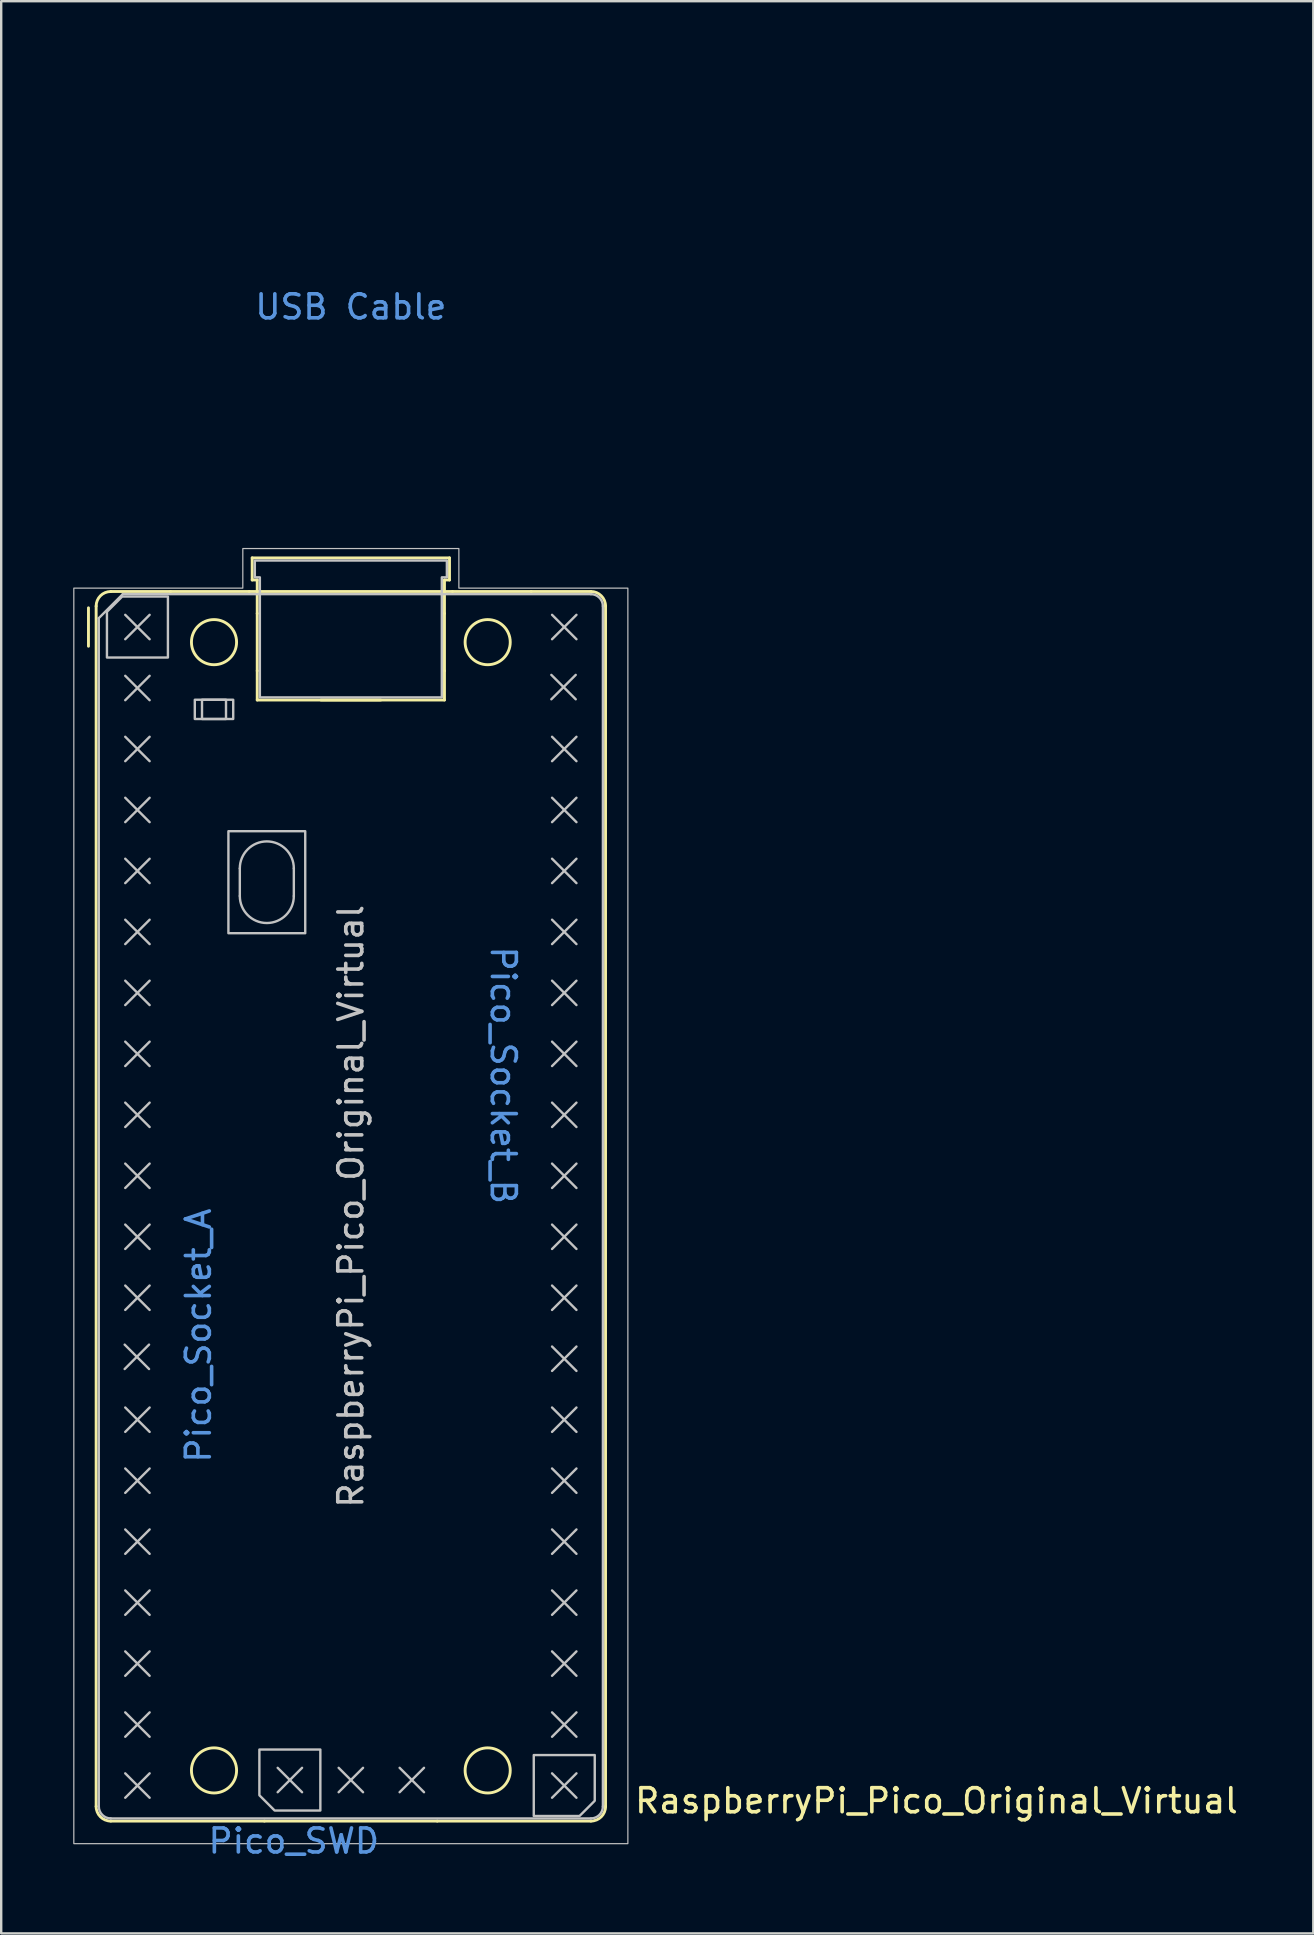
<source format=kicad_pcb>
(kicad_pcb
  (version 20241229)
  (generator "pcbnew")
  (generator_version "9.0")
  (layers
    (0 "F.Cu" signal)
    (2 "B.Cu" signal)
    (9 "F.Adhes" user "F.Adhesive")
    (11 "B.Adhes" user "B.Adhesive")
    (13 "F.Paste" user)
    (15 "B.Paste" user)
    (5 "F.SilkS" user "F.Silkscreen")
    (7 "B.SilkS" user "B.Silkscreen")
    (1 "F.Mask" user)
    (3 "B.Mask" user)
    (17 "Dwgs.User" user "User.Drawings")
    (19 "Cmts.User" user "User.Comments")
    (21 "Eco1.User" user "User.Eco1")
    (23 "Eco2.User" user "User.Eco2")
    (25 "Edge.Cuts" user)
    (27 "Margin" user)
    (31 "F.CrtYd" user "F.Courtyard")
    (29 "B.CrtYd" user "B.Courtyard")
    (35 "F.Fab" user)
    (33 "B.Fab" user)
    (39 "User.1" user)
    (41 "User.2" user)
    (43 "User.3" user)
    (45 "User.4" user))
  (footprint "RaspberryPi_Pico_Original_Virtual"
    (layer "F.Cu")
    (at 11.565 47.2)
    (property "Reference" "RaspberryPi_Pico_Original_Virtual" (at 11.748 24.765 0) (unlocked yes) (layer "F.SilkS") (effects (font (size 1 1) (thickness 0.15)) (justify left)))
    (attr exclude_from_pos_files allow_missing_courtyard)
    (fp_line (start -10.93 -23.33) (end -10.93 -24.93) (stroke (width 0.12) (type solid)) (layer "F.SilkS"))
    (fp_line (start -10.61 -25) (end -10.61 25) (stroke (width 0.12) (type solid)) (layer "F.SilkS"))
    (fp_line (start -10 -25.61) (end -7.51 -25.61) (stroke (width 0.12) (type solid)) (layer "F.SilkS"))
    (fp_line (start -10 25.61) (end -3.6 25.61) (stroke (width 0.12) (type solid)) (layer "F.SilkS"))
    (fp_line (start -7.51 -25.61) (end -4.235 -25.61) (stroke (width 0.12) (type solid)) (layer "F.SilkS"))
    (fp_line (start -4.235 -25.61) (end 4.235 -25.61) (stroke (width 0.12) (type solid)) (layer "F.SilkS"))
    (fp_line (start -4.11 -27.01) (end -4.11 -26.09) (stroke (width 0.12) (type solid)) (layer "F.SilkS"))
    (fp_line (start -4.11 -27.01) (end 4.11 -27.01) (stroke (width 0.12) (type solid)) (layer "F.SilkS"))
    (fp_line (start -4.11 -26.09) (end -3.9 -26.09) (stroke (width 0.12) (type solid)) (layer "F.SilkS"))
    (fp_line (start -3.9 -26.09) (end -3.9 -24.694) (stroke (width 0.12) (type solid)) (layer "F.SilkS"))
    (fp_line (start -3.9 -24.694) (end -3.9 -22.306) (stroke (width 0.12) (type default)) (layer "F.SilkS"))
    (fp_line (start -3.9 -22.306) (end -3.9 -21.09) (stroke (width 0.12) (type solid)) (layer "F.SilkS"))
    (fp_line (start -1.246 -21.09) (end 1.246 -21.09) (stroke (width 0.12) (type solid)) (layer "F.SilkS"))
    (fp_line (start 3.6 25.61) (end -3.6 25.61) (stroke (width 0.12) (type solid)) (layer "F.SilkS"))
    (fp_line (start 3.6 25.61) (end 10 25.61) (stroke (width 0.12) (type solid)) (layer "F.SilkS"))
    (fp_line (start 3.9 -26.09) (end 3.9 -24.694) (stroke (width 0.12) (type solid)) (layer "F.SilkS"))
    (fp_line (start 3.9 -24.694) (end 3.9 -22.306) (stroke (width 0.12) (type default)) (layer "F.SilkS"))
    (fp_line (start 3.9 -22.306) (end 3.9 -21.09) (stroke (width 0.12) (type solid)) (layer "F.SilkS"))
    (fp_line (start 3.9 -21.09) (end -3.9 -21.09) (stroke (width 0.12) (type solid)) (layer "F.SilkS"))
    (fp_line (start 4.11 -27.01) (end 4.11 -26.09) (stroke (width 0.12) (type solid)) (layer "F.SilkS"))
    (fp_line (start 4.11 -26.09) (end 3.9 -26.09) (stroke (width 0.12) (type solid)) (layer "F.SilkS"))
    (fp_line (start 4.235 -25.61) (end 7.51 -25.61) (stroke (width 0.12) (type solid)) (layer "F.SilkS"))
    (fp_line (start 7.51 -25.61) (end 10 -25.61) (stroke (width 0.12) (type solid)) (layer "F.SilkS"))
    (fp_line (start 10.61 -25) (end 10.61 25) (stroke (width 0.12) (type solid)) (layer "F.SilkS"))
    (fp_arc (start -10.61 -25) (mid -10.431335 -25.431335) (end -10 -25.61) (stroke (width 0.12) (type solid)) (layer "F.SilkS"))
    (fp_arc (start -10 25.61) (mid -10.431364 25.431364) (end -10.61 25) (stroke (width 0.12) (type solid)) (layer "F.SilkS"))
    (fp_arc (start 10 -25.61) (mid 10.431335 -25.431335) (end 10.61 -25) (stroke (width 0.12) (type solid)) (layer "F.SilkS"))
    (fp_arc (start 10.61 25) (mid 10.431335 25.431335) (end 10 25.61) (stroke (width 0.12) (type solid)) (layer "F.SilkS"))
    (fp_circle (center -5.7 -23.5) (end -4.76 -23.5) (stroke (width 0.12) (type solid)) (fill no) (layer "F.SilkS"))
    (fp_circle (center -5.7 23.5) (end -4.76 23.5) (stroke (width 0.12) (type solid)) (fill no) (layer "F.SilkS"))
    (fp_circle (center 5.7 -23.5) (end 6.64 -23.5) (stroke (width 0.12) (type solid)) (fill no) (layer "F.SilkS"))
    (fp_circle (center 5.7 23.5) (end 6.64 23.5) (stroke (width 0.12) (type solid)) (fill no) (layer "F.SilkS"))
    (fp_line (start -10.5 -24.5) (end -9.5 -25.5) (stroke (width 0.1) (type solid)) (layer "Dwgs.User"))
    (fp_line (start -10.5 25) (end -10.5 -24.5) (stroke (width 0.1) (type solid)) (layer "Dwgs.User"))
    (fp_line (start -9.5 -25.5) (end 10 -25.5) (stroke (width 0.1) (type solid)) (layer "Dwgs.User"))
    (fp_line (start -9.422 5.763) (end -8.406 6.779) (stroke (width 0.1) (type solid)) (layer "Dwgs.User"))
    (fp_line (start -9.398 -24.638) (end -8.382 -23.622) (stroke (width 0.1) (type solid)) (layer "Dwgs.User"))
    (fp_line (start -9.398 -22.098) (end -8.382 -21.082) (stroke (width 0.1) (type solid)) (layer "Dwgs.User"))
    (fp_line (start -9.398 -19.558) (end -8.382 -18.542) (stroke (width 0.1) (type solid)) (layer "Dwgs.User"))
    (fp_line (start -9.398 -17.018) (end -8.382 -16.002) (stroke (width 0.1) (type solid)) (layer "Dwgs.User"))
    (fp_line (start -9.398 -14.478) (end -8.382 -13.462) (stroke (width 0.1) (type solid)) (layer "Dwgs.User"))
    (fp_line (start -9.398 -11.938) (end -8.382 -10.922) (stroke (width 0.1) (type solid)) (layer "Dwgs.User"))
    (fp_line (start -9.398 -9.398) (end -8.382 -8.382) (stroke (width 0.1) (type solid)) (layer "Dwgs.User"))
    (fp_line (start -9.398 -6.858) (end -8.382 -5.842) (stroke (width 0.1) (type solid)) (layer "Dwgs.User"))
    (fp_line (start -9.398 -4.318) (end -8.382 -3.302) (stroke (width 0.1) (type solid)) (layer "Dwgs.User"))
    (fp_line (start -9.398 -1.778) (end -8.382 -0.762) (stroke (width 0.1) (type solid)) (layer "Dwgs.User"))
    (fp_line (start -9.398 0.762) (end -8.382 1.778) (stroke (width 0.1) (type solid)) (layer "Dwgs.User"))
    (fp_line (start -9.398 3.302) (end -8.382 4.318) (stroke (width 0.1) (type solid)) (layer "Dwgs.User"))
    (fp_line (start -9.398 8.382) (end -8.382 9.398) (stroke (width 0.1) (type solid)) (layer "Dwgs.User"))
    (fp_line (start -9.398 10.922) (end -8.382 11.938) (stroke (width 0.1) (type solid)) (layer "Dwgs.User"))
    (fp_line (start -9.398 13.462) (end -8.382 14.478) (stroke (width 0.1) (type solid)) (layer "Dwgs.User"))
    (fp_line (start -9.398 16.002) (end -8.382 17.018) (stroke (width 0.1) (type solid)) (layer "Dwgs.User"))
    (fp_line (start -9.398 18.542) (end -8.382 19.558) (stroke (width 0.1) (type solid)) (layer "Dwgs.User"))
    (fp_line (start -9.398 21.082) (end -8.382 22.098) (stroke (width 0.1) (type solid)) (layer "Dwgs.User"))
    (fp_line (start -9.398 23.622) (end -8.382 24.638) (stroke (width 0.1) (type solid)) (layer "Dwgs.User"))
    (fp_line (start -8.406 5.763) (end -9.422 6.779) (stroke (width 0.1) (type solid)) (layer "Dwgs.User"))
    (fp_line (start -8.382 -24.638) (end -9.398 -23.622) (stroke (width 0.1) (type solid)) (layer "Dwgs.User"))
    (fp_line (start -8.382 -22.098) (end -9.398 -21.082) (stroke (width 0.1) (type solid)) (layer "Dwgs.User"))
    (fp_line (start -8.382 -19.558) (end -9.398 -18.542) (stroke (width 0.1) (type solid)) (layer "Dwgs.User"))
    (fp_line (start -8.382 -17.018) (end -9.398 -16.002) (stroke (width 0.1) (type solid)) (layer "Dwgs.User"))
    (fp_line (start -8.382 -14.478) (end -9.398 -13.462) (stroke (width 0.1) (type solid)) (layer "Dwgs.User"))
    (fp_line (start -8.382 -11.938) (end -9.398 -10.922) (stroke (width 0.1) (type solid)) (layer "Dwgs.User"))
    (fp_line (start -8.382 -9.398) (end -9.398 -8.382) (stroke (width 0.1) (type solid)) (layer "Dwgs.User"))
    (fp_line (start -8.382 -6.858) (end -9.398 -5.842) (stroke (width 0.1) (type solid)) (layer "Dwgs.User"))
    (fp_line (start -8.382 -4.318) (end -9.398 -3.302) (stroke (width 0.1) (type solid)) (layer "Dwgs.User"))
    (fp_line (start -8.382 -1.778) (end -9.398 -0.762) (stroke (width 0.1) (type solid)) (layer "Dwgs.User"))
    (fp_line (start -8.382 0.762) (end -9.398 1.778) (stroke (width 0.1) (type solid)) (layer "Dwgs.User"))
    (fp_line (start -8.382 3.302) (end -9.398 4.318) (stroke (width 0.1) (type solid)) (layer "Dwgs.User"))
    (fp_line (start -8.382 8.382) (end -9.398 9.398) (stroke (width 0.1) (type solid)) (layer "Dwgs.User"))
    (fp_line (start -8.382 10.922) (end -9.398 11.938) (stroke (width 0.1) (type solid)) (layer "Dwgs.User"))
    (fp_line (start -8.382 13.462) (end -9.398 14.478) (stroke (width 0.1) (type solid)) (layer "Dwgs.User"))
    (fp_line (start -8.382 16.002) (end -9.398 17.018) (stroke (width 0.1) (type solid)) (layer "Dwgs.User"))
    (fp_line (start -8.382 18.542) (end -9.398 19.558) (stroke (width 0.1) (type solid)) (layer "Dwgs.User"))
    (fp_line (start -8.382 21.082) (end -9.398 22.098) (stroke (width 0.1) (type solid)) (layer "Dwgs.User"))
    (fp_line (start -8.382 23.622) (end -9.398 24.638) (stroke (width 0.1) (type solid)) (layer "Dwgs.User"))
    (fp_line (start -4.625 -14.075) (end -4.625 -12.925) (stroke (width 0.1) (type solid)) (layer "Dwgs.User"))
    (fp_line (start -3.048 23.392) (end -2.032 24.408) (stroke (width 0.1) (type solid)) (layer "Dwgs.User"))
    (fp_line (start -2.375 -14.075) (end -2.375 -12.925) (stroke (width 0.1) (type solid)) (layer "Dwgs.User"))
    (fp_line (start -2.032 23.392) (end -3.048 24.408) (stroke (width 0.1) (type solid)) (layer "Dwgs.User"))
    (fp_line (start -0.508 23.392) (end 0.508 24.408) (stroke (width 0.1) (type solid)) (layer "Dwgs.User"))
    (fp_line (start 0.508 23.392) (end -0.508 24.408) (stroke (width 0.1) (type solid)) (layer "Dwgs.User"))
    (fp_line (start 2.032 23.392) (end 3.048 24.408) (stroke (width 0.1) (type solid)) (layer "Dwgs.User"))
    (fp_line (start 3.048 23.392) (end 2.032 24.408) (stroke (width 0.1) (type solid)) (layer "Dwgs.User"))
    (fp_line (start 8.352 -22.136) (end 9.368 -21.12) (stroke (width 0.1) (type solid)) (layer "Dwgs.User"))
    (fp_line (start 8.382 -24.638) (end 9.398 -23.622) (stroke (width 0.1) (type solid)) (layer "Dwgs.User"))
    (fp_line (start 8.382 -19.558) (end 9.398 -18.542) (stroke (width 0.1) (type solid)) (layer "Dwgs.User"))
    (fp_line (start 8.382 -17.018) (end 9.398 -16.002) (stroke (width 0.1) (type solid)) (layer "Dwgs.User"))
    (fp_line (start 8.382 -14.478) (end 9.398 -13.462) (stroke (width 0.1) (type solid)) (layer "Dwgs.User"))
    (fp_line (start 8.382 -11.938) (end 9.398 -10.922) (stroke (width 0.1) (type solid)) (layer "Dwgs.User"))
    (fp_line (start 8.382 -9.398) (end 9.398 -8.382) (stroke (width 0.1) (type solid)) (layer "Dwgs.User"))
    (fp_line (start 8.382 -6.858) (end 9.398 -5.842) (stroke (width 0.1) (type solid)) (layer "Dwgs.User"))
    (fp_line (start 8.382 -4.318) (end 9.398 -3.302) (stroke (width 0.1) (type solid)) (layer "Dwgs.User"))
    (fp_line (start 8.382 -1.778) (end 9.398 -0.762) (stroke (width 0.1) (type solid)) (layer "Dwgs.User"))
    (fp_line (start 8.382 0.762) (end 9.398 1.778) (stroke (width 0.1) (type solid)) (layer "Dwgs.User"))
    (fp_line (start 8.382 3.302) (end 9.398 4.318) (stroke (width 0.1) (type solid)) (layer "Dwgs.User"))
    (fp_line (start 8.382 5.842) (end 9.398 6.858) (stroke (width 0.1) (type solid)) (layer "Dwgs.User"))
    (fp_line (start 8.382 8.382) (end 9.398 9.398) (stroke (width 0.1) (type solid)) (layer "Dwgs.User"))
    (fp_line (start 8.382 10.922) (end 9.398 11.938) (stroke (width 0.1) (type solid)) (layer "Dwgs.User"))
    (fp_line (start 8.382 13.462) (end 9.398 14.478) (stroke (width 0.1) (type solid)) (layer "Dwgs.User"))
    (fp_line (start 8.382 16.002) (end 9.398 17.018) (stroke (width 0.1) (type solid)) (layer "Dwgs.User"))
    (fp_line (start 8.382 18.542) (end 9.398 19.558) (stroke (width 0.1) (type solid)) (layer "Dwgs.User"))
    (fp_line (start 8.382 21.082) (end 9.398 22.098) (stroke (width 0.1) (type solid)) (layer "Dwgs.User"))
    (fp_line (start 8.382 23.622) (end 9.398 24.638) (stroke (width 0.1) (type solid)) (layer "Dwgs.User"))
    (fp_line (start 9.368 -22.136) (end 8.352 -21.12) (stroke (width 0.1) (type solid)) (layer "Dwgs.User"))
    (fp_line (start 9.398 -24.638) (end 8.382 -23.622) (stroke (width 0.1) (type solid)) (layer "Dwgs.User"))
    (fp_line (start 9.398 -19.558) (end 8.382 -18.542) (stroke (width 0.1) (type solid)) (layer "Dwgs.User"))
    (fp_line (start 9.398 -17.018) (end 8.382 -16.002) (stroke (width 0.1) (type solid)) (layer "Dwgs.User"))
    (fp_line (start 9.398 -14.478) (end 8.382 -13.462) (stroke (width 0.1) (type solid)) (layer "Dwgs.User"))
    (fp_line (start 9.398 -11.938) (end 8.382 -10.922) (stroke (width 0.1) (type solid)) (layer "Dwgs.User"))
    (fp_line (start 9.398 -9.398) (end 8.382 -8.382) (stroke (width 0.1) (type solid)) (layer "Dwgs.User"))
    (fp_line (start 9.398 -6.858) (end 8.382 -5.842) (stroke (width 0.1) (type solid)) (layer "Dwgs.User"))
    (fp_line (start 9.398 -4.318) (end 8.382 -3.302) (stroke (width 0.1) (type solid)) (layer "Dwgs.User"))
    (fp_line (start 9.398 -1.778) (end 8.382 -0.762) (stroke (width 0.1) (type solid)) (layer "Dwgs.User"))
    (fp_line (start 9.398 0.762) (end 8.382 1.778) (stroke (width 0.1) (type solid)) (layer "Dwgs.User"))
    (fp_line (start 9.398 3.302) (end 8.382 4.318) (stroke (width 0.1) (type solid)) (layer "Dwgs.User"))
    (fp_line (start 9.398 5.842) (end 8.382 6.858) (stroke (width 0.1) (type solid)) (layer "Dwgs.User"))
    (fp_line (start 9.398 8.382) (end 8.382 9.398) (stroke (width 0.1) (type solid)) (layer "Dwgs.User"))
    (fp_line (start 9.398 10.922) (end 8.382 11.938) (stroke (width 0.1) (type solid)) (layer "Dwgs.User"))
    (fp_line (start 9.398 13.462) (end 8.382 14.478) (stroke (width 0.1) (type solid)) (layer "Dwgs.User"))
    (fp_line (start 9.398 16.002) (end 8.382 17.018) (stroke (width 0.1) (type solid)) (layer "Dwgs.User"))
    (fp_line (start 9.398 18.542) (end 8.382 19.558) (stroke (width 0.1) (type solid)) (layer "Dwgs.User"))
    (fp_line (start 9.398 21.082) (end 8.382 22.098) (stroke (width 0.1) (type solid)) (layer "Dwgs.User"))
    (fp_line (start 9.398 23.622) (end 8.382 24.638) (stroke (width 0.1) (type solid)) (layer "Dwgs.User"))
    (fp_line (start 10 25.5) (end -10 25.5) (stroke (width 0.1) (type solid)) (layer "Dwgs.User"))
    (fp_line (start 10.5 -25) (end 10.5 25) (stroke (width 0.1) (type solid)) (layer "Dwgs.User"))
    (fp_rect (start -6.5 -21.1) (end -4.9 -20.3) (stroke (width 0.1) (type solid)) (fill no) (layer "Dwgs.User"))
    (fp_rect (start -6.2 -21.1) (end -5.2 -20.3) (stroke (width 0.1) (type solid)) (fill no) (layer "Dwgs.User"))
    (fp_rect (start -5.1 -15.625) (end -1.9 -11.375) (stroke (width 0.1) (type solid)) (fill no) (layer "Dwgs.User"))
    (fp_arc (start -10 25.5) (mid -10.353553 25.353553) (end -10.5 25) (stroke (width 0.1) (type solid)) (layer "Dwgs.User"))
    (fp_arc (start -4.625 -14.075) (mid -3.5 -15.2) (end -2.375 -14.075) (stroke (width 0.1) (type solid)) (layer "Dwgs.User"))
    (fp_arc (start -2.375 -12.925) (mid -3.5 -11.8) (end -4.625 -12.925) (stroke (width 0.1) (type solid)) (layer "Dwgs.User"))
    (fp_arc (start 10 -25.5) (mid 10.353553 -25.353553) (end 10.5 -25) (stroke (width 0.1) (type solid)) (layer "Dwgs.User"))
    (fp_arc (start 10.5 25) (mid 10.353553 25.353553) (end 10 25.5) (stroke (width 0.1) (type solid)) (layer "Dwgs.User"))
    (fp_poly (pts (xy -10.16 -24.765) (xy -10.16 -22.86) (xy -7.62 -22.86) (xy -7.62 -25.4) (xy -9.525 -25.4)) (stroke (width 0.1) (type solid)) (fill no) (layer "Dwgs.User"))
    (fp_poly (pts (xy -3.175 25.17) (xy -1.27 25.17) (xy -1.27 22.63) (xy -3.81 22.63) (xy -3.81 24.535)) (stroke (width 0.1) (type solid)) (fill no) (layer "Dwgs.User"))
    (fp_poly (pts (xy 10.16 24.765) (xy 10.16 22.86) (xy 7.62 22.86) (xy 7.62 25.4) (xy 9.525 25.4)) (stroke (width 0.1) (type solid)) (fill no) (layer "Dwgs.User"))
    (fp_poly (pts (xy -4.5 -27.4) (xy 4.5 -27.4) (xy 4.5 -25.75) (xy 11.54 -25.75) (xy 11.54 26.55) (xy -11.54 26.55) (xy -11.54 -25.75) (xy -4.5 -25.75)) (stroke (width 0.05) (type solid)) (fill no) (layer "Dwgs.User"))
    (fp_poly (pts (xy 3.79 -21.2) (xy 3.79 -26.2) (xy 4 -26.2) (xy 4 -26.9) (xy -4 -26.9) (xy -4 -26.2) (xy -3.79 -26.2) (xy -3.79 -21.2)) (stroke (width 0.1) (type solid)) (fill no) (layer "Dwgs.User"))
    (fp_text user "${REFERENCE}" (at 0 0 90) (layer "Dwgs.User") (effects (font (size 1 1) (thickness 0.15))))
    (fp_text user "Pico_Socket_B" (at 6.35 0 270) (unlocked yes) (layer "Cmts.User") (effects (font (size 1 1) (thickness 0.15)) (justify right)))
    (fp_text user "Pico_SWD" (at 1.27 26.44 0) (unlocked yes) (layer "Cmts.User") (effects (font (size 1 1) (thickness 0.15)) (justify right)))
    (fp_text user "USB Cable" (at 0 -37.465 0) (unlocked yes) (layer "Cmts.User") (effects (font (size 1 1) (thickness 0.15))))
    (fp_text user "Pico_Socket_A" (at -6.35 0 90) (unlocked yes) (layer "Cmts.User") (effects (font (size 1 1) (thickness 0.15)) (justify right)))
    (zone (net_name "") (layer "F.CrtYd") (name "USB Cable") (hatch edge 0.5) (connect_pads) (min_thickness 0.254) (filled_areas_thickness no) (keepout (tracks allowed) (vias allowed) (pads allowed) (copperpour allowed) (footprints allowed)) (placement (enabled no)) (fill) (polygon (pts (xy 5.815 19.5) (xy 7.625 19.5) (xy 7.625 19.8) (xy 15.505 19.8) (xy 15.505 19.5) (xy 17.315 19.5) (xy 17.315 0) (xy 5.815 0)))))
  (gr_rect
    (start -3 -3)
    (end 51.658 77.488)
    (stroke (width 0.1) (type default))
    (fill no)
    (layer "Edge.Cuts")))
</source>
